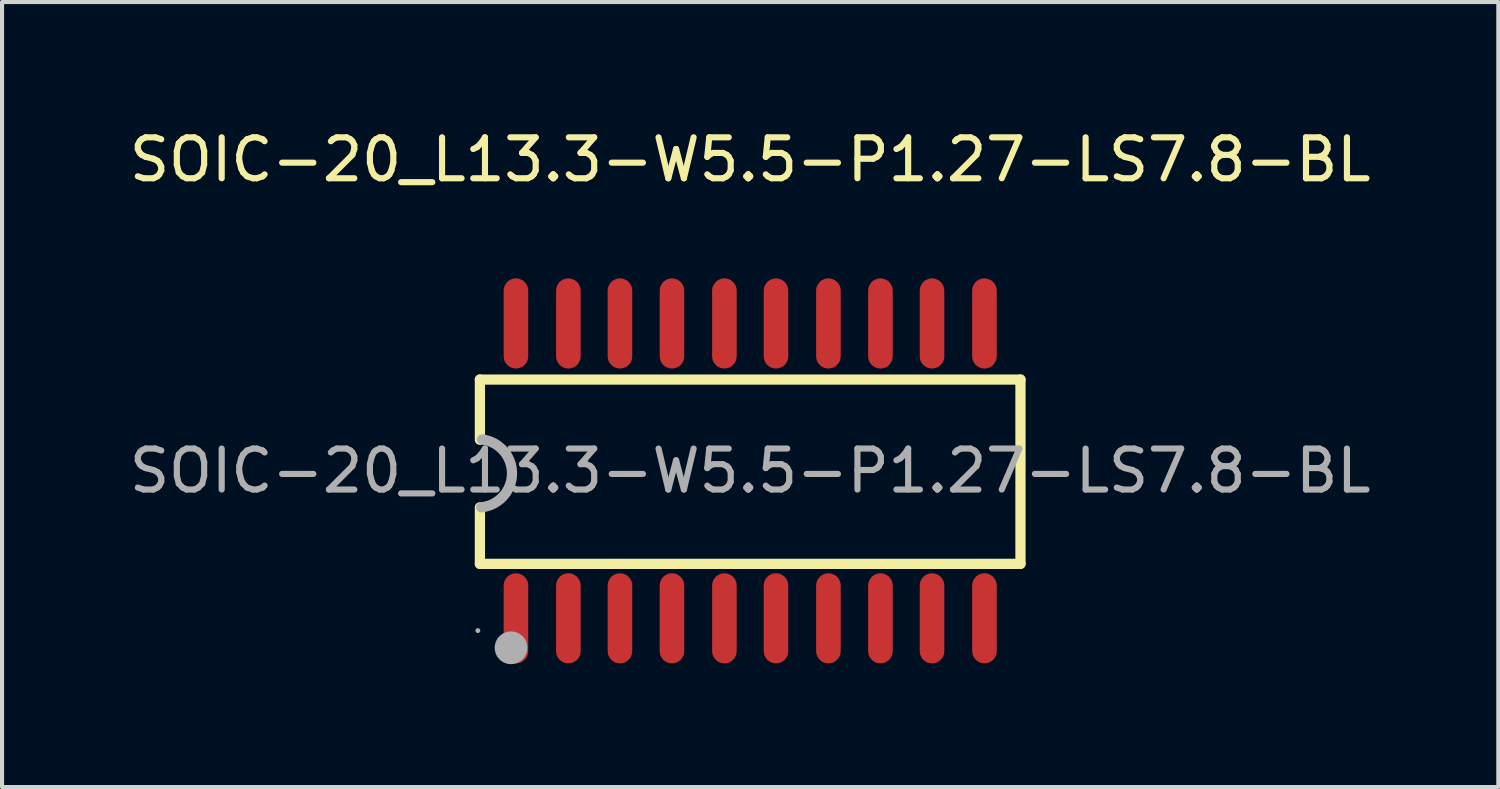
<source format=kicad_pcb>
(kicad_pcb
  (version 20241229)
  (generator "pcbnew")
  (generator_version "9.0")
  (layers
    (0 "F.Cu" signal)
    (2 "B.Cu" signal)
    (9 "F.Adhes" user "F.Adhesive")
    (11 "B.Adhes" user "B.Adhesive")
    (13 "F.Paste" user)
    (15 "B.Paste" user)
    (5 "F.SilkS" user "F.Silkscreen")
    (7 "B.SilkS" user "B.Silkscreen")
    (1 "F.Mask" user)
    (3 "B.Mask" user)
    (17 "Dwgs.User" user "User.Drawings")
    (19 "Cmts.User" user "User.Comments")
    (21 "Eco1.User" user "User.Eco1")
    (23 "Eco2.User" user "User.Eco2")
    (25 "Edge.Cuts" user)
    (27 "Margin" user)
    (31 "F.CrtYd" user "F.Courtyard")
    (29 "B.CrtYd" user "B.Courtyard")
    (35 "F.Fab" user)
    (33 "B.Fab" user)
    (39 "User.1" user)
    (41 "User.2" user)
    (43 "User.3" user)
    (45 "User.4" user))
  (footprint "SOIC-20_L13.3-W5.5-P1.27-LS7.8-BL"
    (layer "F.Cu")
    (at 15.268 8.448)
    (property "Reference" "SOIC-20_L13.3-W5.5-P1.27-LS7.8-BL" (at 0 -7.6 0) (layer "F.SilkS") (effects (font (size 1 1) (thickness 0.15))))
    (attr smd)
    (fp_line (start -6.6 -2.23) (end -6.6 -0.76) (stroke (width 0.25) (type solid)) (layer "F.SilkS"))
    (fp_line (start -6.6 -2.23) (end 6.6 -2.23) (stroke (width 0.25) (type solid)) (layer "F.SilkS"))
    (fp_line (start -6.6 2.27) (end -6.6 0.89) (stroke (width 0.25) (type solid)) (layer "F.SilkS"))
    (fp_line (start -6.6 2.27) (end 6.6 2.27) (stroke (width 0.25) (type solid)) (layer "F.SilkS"))
    (fp_line (start 6.6 -2.23) (end 6.6 2.27) (stroke (width 0.25) (type solid)) (layer "F.SilkS"))
    (fp_arc (start -6.548314 -0.767623) (mid -5.816225 0.070908) (end -6.57 0.89) (stroke (width 0.25) (type solid)) (layer "F.Fab"))
    (fp_circle (center -6.65 3.9) (end -6.62 3.9) (stroke (width 0.06) (type solid)) (fill no) (layer "F.Fab"))
    (fp_circle (center -5.84 4.32) (end -5.64 4.32) (stroke (width 0.4) (type solid)) (fill no) (layer "F.Fab"))
    (fp_text user "${REFERENCE}" (at 0 0 0) (layer "F.Fab") (effects (font (size 1 1) (thickness 0.15))))
    (pad "1" smd oval (at -5.72 3.6) (size 0.6 2.2) (layers "F.Cu" "F.Mask" "F.Paste"))
    (pad "2" smd oval (at -4.44 3.6) (size 0.6 2.2) (layers "F.Cu" "F.Mask" "F.Paste"))
    (pad "3" smd oval (at -3.18 3.6) (size 0.6 2.2) (layers "F.Cu" "F.Mask" "F.Paste"))
    (pad "4" smd oval (at -1.91 3.6) (size 0.6 2.2) (layers "F.Cu" "F.Mask" "F.Paste"))
    (pad "5" smd oval (at -0.63 3.6) (size 0.6 2.2) (layers "F.Cu" "F.Mask" "F.Paste"))
    (pad "6" smd oval (at 0.63 3.6) (size 0.6 2.2) (layers "F.Cu" "F.Mask" "F.Paste"))
    (pad "7" smd oval (at 1.91 3.6) (size 0.6 2.2) (layers "F.Cu" "F.Mask" "F.Paste"))
    (pad "8" smd oval (at 3.18 3.6) (size 0.6 2.2) (layers "F.Cu" "F.Mask" "F.Paste"))
    (pad "9" smd oval (at 4.44 3.6) (size 0.6 2.2) (layers "F.Cu" "F.Mask" "F.Paste"))
    (pad "10" smd oval (at 5.72 3.6) (size 0.6 2.2) (layers "F.Cu" "F.Mask" "F.Paste"))
    (pad "11" smd oval (at 5.72 -3.6 180) (size 0.6 2.2) (layers "F.Cu" "F.Mask" "F.Paste"))
    (pad "12" smd oval (at 4.44 -3.6 180) (size 0.6 2.2) (layers "F.Cu" "F.Mask" "F.Paste"))
    (pad "13" smd oval (at 3.18 -3.6 180) (size 0.6 2.2) (layers "F.Cu" "F.Mask" "F.Paste"))
    (pad "14" smd oval (at 1.91 -3.6 180) (size 0.6 2.2) (layers "F.Cu" "F.Mask" "F.Paste"))
    (pad "15" smd oval (at 0.63 -3.6 180) (size 0.6 2.2) (layers "F.Cu" "F.Mask" "F.Paste"))
    (pad "16" smd oval (at -0.63 -3.6 180) (size 0.6 2.2) (layers "F.Cu" "F.Mask" "F.Paste"))
    (pad "17" smd oval (at -1.91 -3.6 180) (size 0.6 2.2) (layers "F.Cu" "F.Mask" "F.Paste"))
    (pad "18" smd oval (at -3.18 -3.6 180) (size 0.6 2.2) (layers "F.Cu" "F.Mask" "F.Paste"))
    (pad "19" smd oval (at -4.44 -3.6 180) (size 0.6 2.2) (layers "F.Cu" "F.Mask" "F.Paste"))
    (pad "20" smd oval (at -5.72 -3.6 180) (size 0.6 2.2) (layers "F.Cu" "F.Mask" "F.Paste")))
  (gr_rect
    (start -3 -3)
    (end 33.536 16.168)
    (stroke (width 0.1) (type default))
    (fill no)
    (layer "Edge.Cuts")))
</source>
